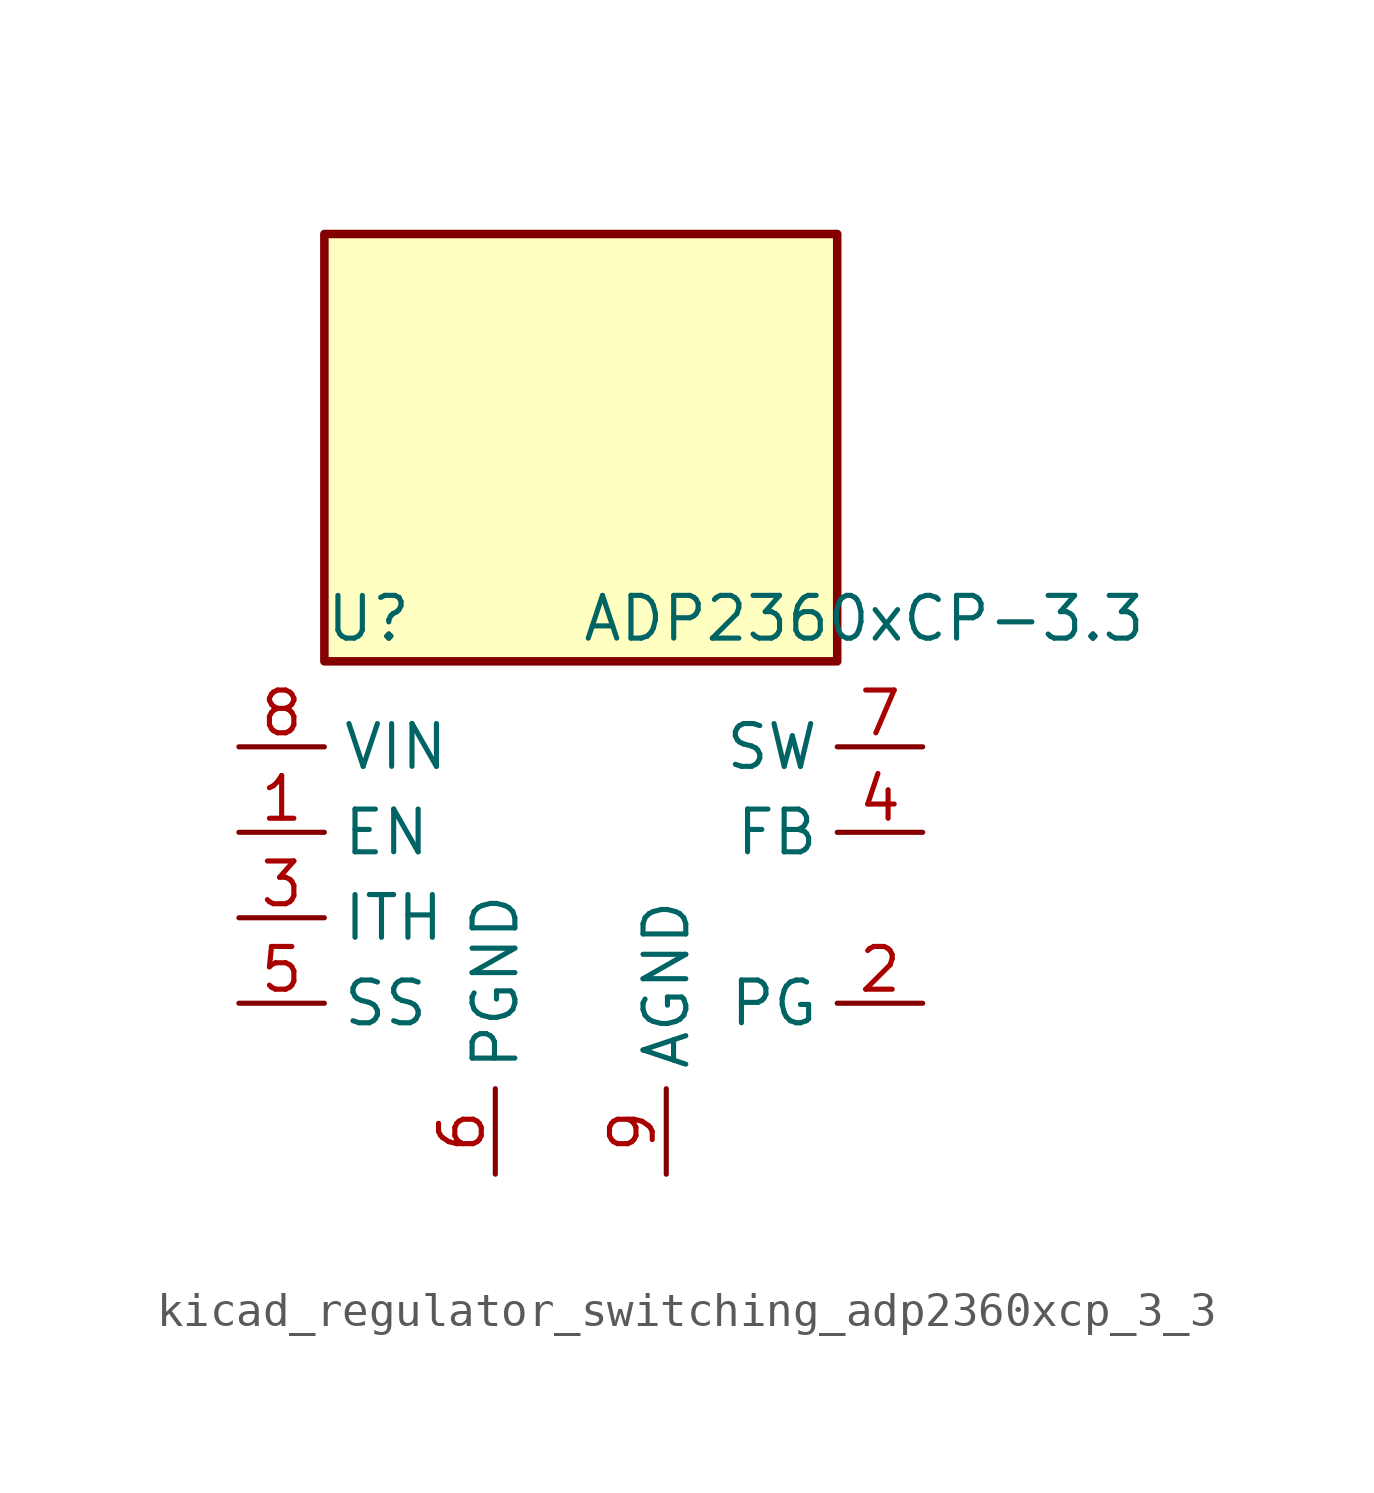
<source format=kicad_sym>
(kicad_symbol_lib
  (version 20220914)
  (generator kicad_symbol_editor)
  (symbol "kicad_regulator_switching_adp2360xcp_3_3"
    (property "Reference" "U"
      (at -7.62 6.35 0)
      (effects (font (size 1.27 1.27)) (justify left)))
    (property "Value" "ADP2360xCP-3.3"
      (at 0 6.35 0)
      (effects (font (size 1.27 1.27)) (justify left)))
    (symbol "kicad_regulator_switching_adp2360xcp_3_3_0_1"
      (rectangle (start 7.62 17.78) (end -7.62 5.08) (stroke (width 0.254) (type default)) (fill (type background))))
    (symbol "kicad_regulator_switching_adp2360xcp_3_3_1_1"
      (pin input line (at -10.16 0 0) (length 2.54) (name "EN" (effects (font (size 1.27 1.27)))) (number "1" (effects (font (size 1.27 1.27)))))
      (pin open_collector line (at 10.16 -5.08 180) (length 2.54) (name "PG" (effects (font (size 1.27 1.27)))) (number "2" (effects (font (size 1.27 1.27)))))
      (pin passive line (at -10.16 -2.54 0) (length 2.54) (name "ITH" (effects (font (size 1.27 1.27)))) (number "3" (effects (font (size 1.27 1.27)))))
      (pin input line (at 10.16 0 180) (length 2.54) (name "FB" (effects (font (size 1.27 1.27)))) (number "4" (effects (font (size 1.27 1.27)))))
      (pin passive line (at -10.16 -5.08 0) (length 2.54) (name "SS" (effects (font (size 1.27 1.27)))) (number "5" (effects (font (size 1.27 1.27)))))
      (pin power_in line (at -2.54 -10.16 90) (length 2.54) (name "PGND" (effects (font (size 1.27 1.27)))) (number "6" (effects (font (size 1.27 1.27)))))
      (pin power_out line (at 10.16 2.54 180) (length 2.54) (name "SW" (effects (font (size 1.27 1.27)))) (number "7" (effects (font (size 1.27 1.27)))))
      (pin power_in line (at -10.16 2.54 0) (length 2.54) (name "VIN" (effects (font (size 1.27 1.27)))) (number "8" (effects (font (size 1.27 1.27)))))
      (pin power_in line (at 2.54 -10.16 90) (length 2.54) (name "AGND" (effects (font (size 1.27 1.27)))) (number "9" (effects (font (size 1.27 1.27))))))))
</source>
